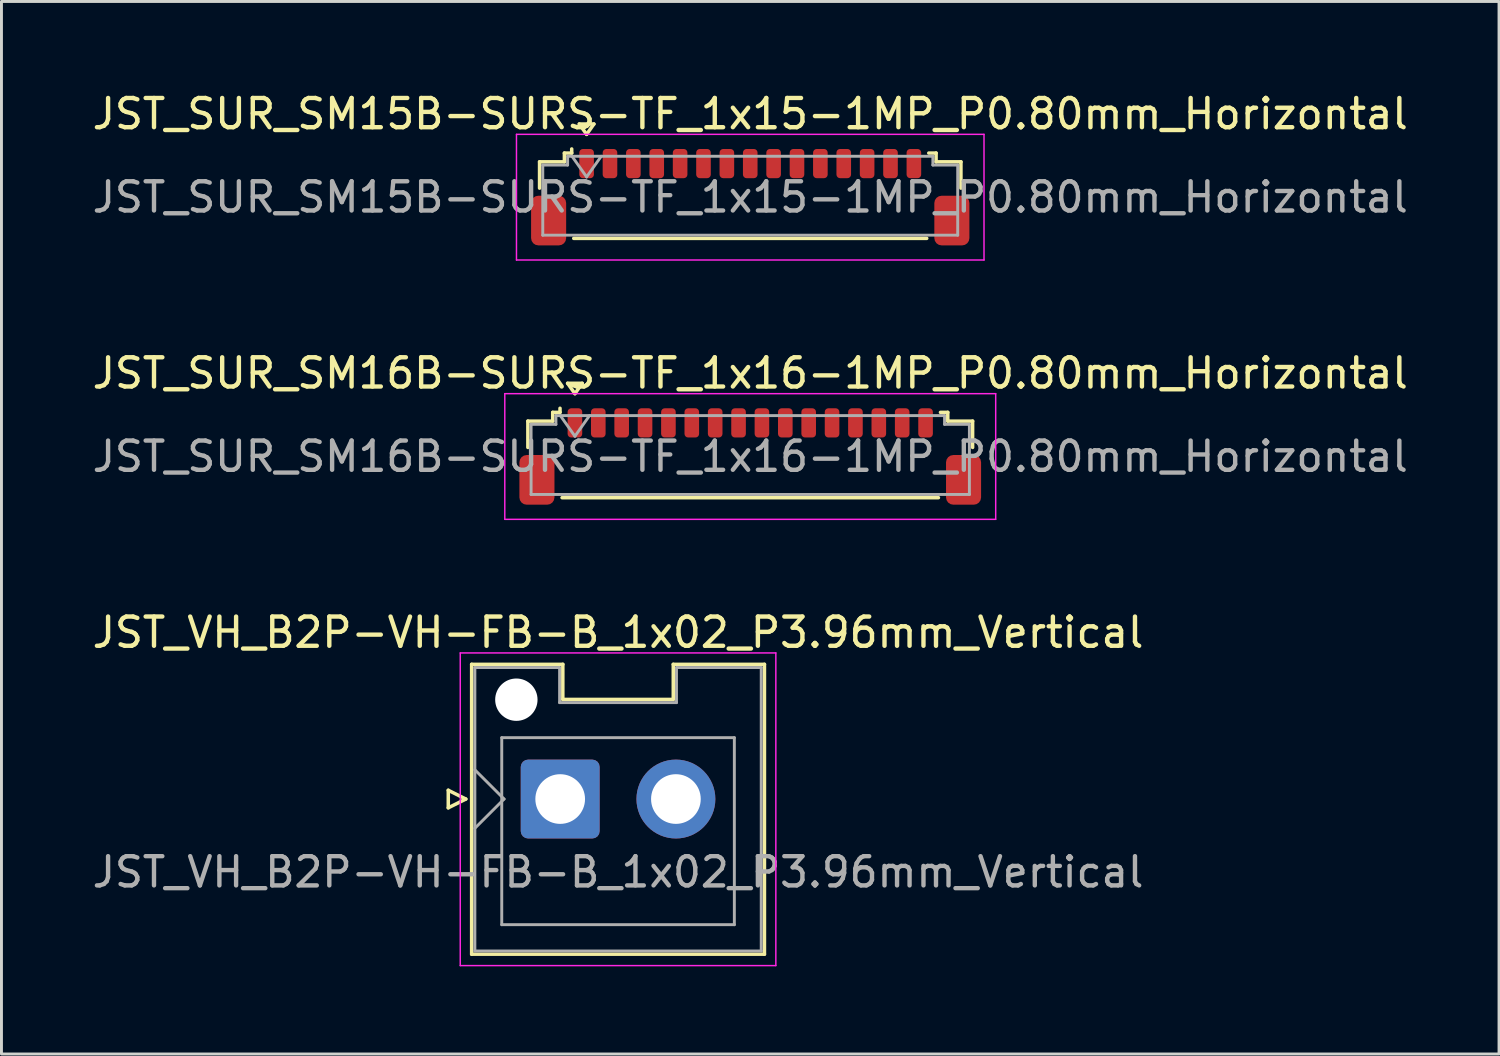
<source format=kicad_pcb>
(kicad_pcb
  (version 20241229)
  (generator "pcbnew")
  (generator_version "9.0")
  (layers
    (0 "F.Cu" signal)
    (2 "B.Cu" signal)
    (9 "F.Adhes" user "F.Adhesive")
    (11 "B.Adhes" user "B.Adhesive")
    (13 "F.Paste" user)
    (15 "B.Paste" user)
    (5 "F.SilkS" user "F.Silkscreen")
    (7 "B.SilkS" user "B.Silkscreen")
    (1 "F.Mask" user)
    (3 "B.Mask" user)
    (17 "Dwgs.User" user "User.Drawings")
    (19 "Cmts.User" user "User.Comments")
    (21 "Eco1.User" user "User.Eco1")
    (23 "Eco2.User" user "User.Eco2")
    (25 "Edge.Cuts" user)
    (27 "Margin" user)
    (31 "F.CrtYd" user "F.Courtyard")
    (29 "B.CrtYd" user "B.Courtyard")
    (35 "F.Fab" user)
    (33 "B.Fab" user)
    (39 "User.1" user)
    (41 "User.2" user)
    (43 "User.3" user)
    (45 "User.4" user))
  (footprint "JST_VH_B2P-VH-FB-B_1x02_P3.96mm_Vertical"
    (layer "F.Cu")
    (at 16.121 24.295)
    (property "Reference" "JST_VH_B2P-VH-FB-B_1x02_P3.96mm_Vertical" (at 1.98 -5.7 0) (layer "F.SilkS") (effects (font (size 1 1) (thickness 0.15))))
    (attr through_hole)
    (fp_line (start -3.83 -0.3) (end -3.23 0) (stroke (width 0.12) (type solid)) (layer "F.SilkS"))
    (fp_line (start -3.83 0.3) (end -3.83 -0.3) (stroke (width 0.12) (type solid)) (layer "F.SilkS"))
    (fp_line (start -3.23 0) (end -3.83 0.3) (stroke (width 0.12) (type solid)) (layer "F.SilkS"))
    (fp_line (start -3.03 -4.61) (end 0.09 -4.61) (stroke (width 0.12) (type solid)) (layer "F.SilkS"))
    (fp_line (start -3.03 5.31) (end -3.03 -4.61) (stroke (width 0.12) (type solid)) (layer "F.SilkS"))
    (fp_line (start 0.09 -4.61) (end 0.09 -3.41) (stroke (width 0.12) (type solid)) (layer "F.SilkS"))
    (fp_line (start 0.09 -3.41) (end 3.87 -3.41) (stroke (width 0.12) (type solid)) (layer "F.SilkS"))
    (fp_line (start 3.87 -4.61) (end 6.99 -4.61) (stroke (width 0.12) (type solid)) (layer "F.SilkS"))
    (fp_line (start 3.87 -3.41) (end 3.87 -4.61) (stroke (width 0.12) (type solid)) (layer "F.SilkS"))
    (fp_line (start 6.99 -4.61) (end 6.99 5.31) (stroke (width 0.12) (type solid)) (layer "F.SilkS"))
    (fp_line (start 6.99 5.31) (end -3.03 5.31) (stroke (width 0.12) (type solid)) (layer "F.SilkS"))
    (fp_line (start -3.42 -5) (end -3.42 5.7) (stroke (width 0.05) (type solid)) (layer "F.CrtYd"))
    (fp_line (start -3.42 5.7) (end 7.38 5.7) (stroke (width 0.05) (type solid)) (layer "F.CrtYd"))
    (fp_line (start 7.38 -5) (end -3.42 -5) (stroke (width 0.05) (type solid)) (layer "F.CrtYd"))
    (fp_line (start 7.38 5.7) (end 7.38 -5) (stroke (width 0.05) (type solid)) (layer "F.CrtYd"))
    (fp_line (start -2.92 -4.5) (end -0.02 -4.5) (stroke (width 0.1) (type solid)) (layer "F.Fab"))
    (fp_line (start -2.92 -1) (end -1.92 0) (stroke (width 0.1) (type solid)) (layer "F.Fab"))
    (fp_line (start -2.92 1) (end -1.92 0) (stroke (width 0.1) (type solid)) (layer "F.Fab"))
    (fp_line (start -2.92 5.2) (end -2.92 -4.5) (stroke (width 0.1) (type solid)) (layer "F.Fab"))
    (fp_line (start -2 -2.1) (end 5.96 -2.1) (stroke (width 0.1) (type solid)) (layer "F.Fab"))
    (fp_line (start -2 4.3) (end -2 -2.1) (stroke (width 0.1) (type solid)) (layer "F.Fab"))
    (fp_line (start -0.02 -4.5) (end -0.02 -3.3) (stroke (width 0.1) (type solid)) (layer "F.Fab"))
    (fp_line (start -0.02 -3.3) (end 3.98 -3.3) (stroke (width 0.1) (type solid)) (layer "F.Fab"))
    (fp_line (start 3.98 -4.5) (end 6.88 -4.5) (stroke (width 0.1) (type solid)) (layer "F.Fab"))
    (fp_line (start 3.98 -3.3) (end 3.98 -4.5) (stroke (width 0.1) (type solid)) (layer "F.Fab"))
    (fp_line (start 5.96 -2.1) (end 5.96 4.3) (stroke (width 0.1) (type solid)) (layer "F.Fab"))
    (fp_line (start 5.96 4.3) (end -2 4.3) (stroke (width 0.1) (type solid)) (layer "F.Fab"))
    (fp_line (start 6.88 -4.5) (end 6.88 5.2) (stroke (width 0.1) (type solid)) (layer "F.Fab"))
    (fp_line (start 6.88 5.2) (end -2.92 5.2) (stroke (width 0.1) (type solid)) (layer "F.Fab"))
    (fp_text user "${REFERENCE}" (at 1.98 2.5 0) (layer "F.Fab") (effects (font (size 1 1) (thickness 0.15))))
    (pad "" np_thru_hole circle (at -1.5 -3.4) (size 1.45 1.45) (drill 1.45) (layers "*.Cu" "*.Mask"))
    (pad "1" thru_hole roundrect (at 0 0) (size 2.7 2.7) (drill 1.7) (layers "*.Cu" "*.Mask") (roundrect_rratio 0.093))
    (pad "2" thru_hole circle (at 3.96 0) (size 2.7 2.7) (drill 1.7) (layers "*.Cu" "*.Mask")))
  (footprint "JST_SUR_SM15B-SURS-TF_1x15-1MP_P0.80mm_Horizontal"
    (layer "F.Cu")
    (at 22.625 3.698)
    (property "Reference" "JST_SUR_SM15B-SURS-TF_1x15-1MP_P0.80mm_Horizontal" (at 0 -2.85 0) (layer "F.SilkS") (effects (font (size 1 1) (thickness 0.15))))
    (attr smd)
    (fp_line (start -7.21 -1.21) (end -6.36 -1.21) (stroke (width 0.12) (type solid)) (layer "F.SilkS"))
    (fp_line (start -7.21 -0.31) (end -7.21 -1.21) (stroke (width 0.12) (type solid)) (layer "F.SilkS"))
    (fp_line (start -6.36 -1.51) (end -6.11 -1.51) (stroke (width 0.12) (type solid)) (layer "F.SilkS"))
    (fp_line (start -6.36 -1.21) (end -6.36 -1.51) (stroke (width 0.12) (type solid)) (layer "F.SilkS"))
    (fp_line (start -6.11 -1.51) (end -6.11 -1.65) (stroke (width 0.12) (type solid)) (layer "F.SilkS"))
    (fp_line (start -6.04 1.41) (end 6.04 1.41) (stroke (width 0.12) (type solid)) (layer "F.SilkS"))
    (fp_line (start -5.85 -2.504) (end -5.6 -2.15) (stroke (width 0.12) (type solid)) (layer "F.SilkS"))
    (fp_line (start -5.6 -2.15) (end -5.35 -2.504) (stroke (width 0.12) (type solid)) (layer "F.SilkS"))
    (fp_line (start -5.35 -2.504) (end -5.85 -2.504) (stroke (width 0.12) (type solid)) (layer "F.SilkS"))
    (fp_line (start 6.36 -1.51) (end 6.11 -1.51) (stroke (width 0.12) (type solid)) (layer "F.SilkS"))
    (fp_line (start 6.36 -1.21) (end 6.36 -1.51) (stroke (width 0.12) (type solid)) (layer "F.SilkS"))
    (fp_line (start 7.21 -1.21) (end 6.36 -1.21) (stroke (width 0.12) (type solid)) (layer "F.SilkS"))
    (fp_line (start 7.21 -0.31) (end 7.21 -1.21) (stroke (width 0.12) (type solid)) (layer "F.SilkS"))
    (fp_line (start -8 -2.15) (end -8 2.15) (stroke (width 0.05) (type solid)) (layer "F.CrtYd"))
    (fp_line (start -8 2.15) (end 8 2.15) (stroke (width 0.05) (type solid)) (layer "F.CrtYd"))
    (fp_line (start 8 -2.15) (end -8 -2.15) (stroke (width 0.05) (type solid)) (layer "F.CrtYd"))
    (fp_line (start 8 2.15) (end 8 -2.15) (stroke (width 0.05) (type solid)) (layer "F.CrtYd"))
    (fp_line (start -7.1 -1.1) (end -7.1 1.3) (stroke (width 0.1) (type solid)) (layer "F.Fab"))
    (fp_line (start -7.1 -1.1) (end -6.25 -1.1) (stroke (width 0.1) (type solid)) (layer "F.Fab"))
    (fp_line (start -7.1 1.3) (end 7.1 1.3) (stroke (width 0.1) (type solid)) (layer "F.Fab"))
    (fp_line (start -6.25 -1.4) (end 6.25 -1.4) (stroke (width 0.1) (type solid)) (layer "F.Fab"))
    (fp_line (start -6.25 -1.1) (end -6.25 -1.4) (stroke (width 0.1) (type solid)) (layer "F.Fab"))
    (fp_line (start -6.1 -1.4) (end -5.6 -0.693) (stroke (width 0.1) (type solid)) (layer "F.Fab"))
    (fp_line (start -5.6 -0.693) (end -5.1 -1.4) (stroke (width 0.1) (type solid)) (layer "F.Fab"))
    (fp_line (start 6.25 -1.4) (end 6.25 -1.1) (stroke (width 0.1) (type solid)) (layer "F.Fab"))
    (fp_line (start 6.25 -1.1) (end 7.1 -1.1) (stroke (width 0.1) (type solid)) (layer "F.Fab"))
    (fp_line (start 7.1 -1.1) (end 7.1 1.3) (stroke (width 0.1) (type solid)) (layer "F.Fab"))
    (fp_text user "${REFERENCE}" (at 0 0 0) (layer "F.Fab") (effects (font (size 1 1) (thickness 0.15))))
    (pad "1" smd roundrect (at -5.6 -1.15) (size 0.5 1) (layers "F.Cu" "F.Mask" "F.Paste") (roundrect_rratio 0.25))
    (pad "2" smd roundrect (at -4.8 -1.15) (size 0.5 1) (layers "F.Cu" "F.Mask" "F.Paste") (roundrect_rratio 0.25))
    (pad "3" smd roundrect (at -4 -1.15) (size 0.5 1) (layers "F.Cu" "F.Mask" "F.Paste") (roundrect_rratio 0.25))
    (pad "4" smd roundrect (at -3.2 -1.15) (size 0.5 1) (layers "F.Cu" "F.Mask" "F.Paste") (roundrect_rratio 0.25))
    (pad "5" smd roundrect (at -2.4 -1.15) (size 0.5 1) (layers "F.Cu" "F.Mask" "F.Paste") (roundrect_rratio 0.25))
    (pad "6" smd roundrect (at -1.6 -1.15) (size 0.5 1) (layers "F.Cu" "F.Mask" "F.Paste") (roundrect_rratio 0.25))
    (pad "7" smd roundrect (at -0.8 -1.15) (size 0.5 1) (layers "F.Cu" "F.Mask" "F.Paste") (roundrect_rratio 0.25))
    (pad "8" smd roundrect (at 0 -1.15) (size 0.5 1) (layers "F.Cu" "F.Mask" "F.Paste") (roundrect_rratio 0.25))
    (pad "9" smd roundrect (at 0.8 -1.15) (size 0.5 1) (layers "F.Cu" "F.Mask" "F.Paste") (roundrect_rratio 0.25))
    (pad "10" smd roundrect (at 1.6 -1.15) (size 0.5 1) (layers "F.Cu" "F.Mask" "F.Paste") (roundrect_rratio 0.25))
    (pad "11" smd roundrect (at 2.4 -1.15) (size 0.5 1) (layers "F.Cu" "F.Mask" "F.Paste") (roundrect_rratio 0.25))
    (pad "12" smd roundrect (at 3.2 -1.15) (size 0.5 1) (layers "F.Cu" "F.Mask" "F.Paste") (roundrect_rratio 0.25))
    (pad "13" smd roundrect (at 4 -1.15) (size 0.5 1) (layers "F.Cu" "F.Mask" "F.Paste") (roundrect_rratio 0.25))
    (pad "14" smd roundrect (at 4.8 -1.15) (size 0.5 1) (layers "F.Cu" "F.Mask" "F.Paste") (roundrect_rratio 0.25))
    (pad "15" smd roundrect (at 5.6 -1.15) (size 0.5 1) (layers "F.Cu" "F.Mask" "F.Paste") (roundrect_rratio 0.25))
    (pad "MP" smd roundrect (at -6.9 0.8) (size 1.2 1.7) (layers "F.Cu" "F.Mask" "F.Paste") (roundrect_rratio 0.208))
    (pad "MP" smd roundrect (at 6.9 0.8) (size 1.2 1.7) (layers "F.Cu" "F.Mask" "F.Paste") (roundrect_rratio 0.208)))
  (footprint "JST_SUR_SM16B-SURS-TF_1x16-1MP_P0.80mm_Horizontal"
    (layer "F.Cu")
    (at 22.625 12.572)
    (property "Reference" "JST_SUR_SM16B-SURS-TF_1x16-1MP_P0.80mm_Horizontal" (at 0 -2.85 0) (layer "F.SilkS") (effects (font (size 1 1) (thickness 0.15))))
    (attr smd)
    (fp_line (start -7.61 -1.21) (end -6.76 -1.21) (stroke (width 0.12) (type solid)) (layer "F.SilkS"))
    (fp_line (start -7.61 -0.31) (end -7.61 -1.21) (stroke (width 0.12) (type solid)) (layer "F.SilkS"))
    (fp_line (start -6.76 -1.51) (end -6.51 -1.51) (stroke (width 0.12) (type solid)) (layer "F.SilkS"))
    (fp_line (start -6.76 -1.21) (end -6.76 -1.51) (stroke (width 0.12) (type solid)) (layer "F.SilkS"))
    (fp_line (start -6.51 -1.51) (end -6.51 -1.65) (stroke (width 0.12) (type solid)) (layer "F.SilkS"))
    (fp_line (start -6.44 1.41) (end 6.44 1.41) (stroke (width 0.12) (type solid)) (layer "F.SilkS"))
    (fp_line (start -6.25 -2.504) (end -6 -2.15) (stroke (width 0.12) (type solid)) (layer "F.SilkS"))
    (fp_line (start -6 -2.15) (end -5.75 -2.504) (stroke (width 0.12) (type solid)) (layer "F.SilkS"))
    (fp_line (start -5.75 -2.504) (end -6.25 -2.504) (stroke (width 0.12) (type solid)) (layer "F.SilkS"))
    (fp_line (start 6.76 -1.51) (end 6.51 -1.51) (stroke (width 0.12) (type solid)) (layer "F.SilkS"))
    (fp_line (start 6.76 -1.21) (end 6.76 -1.51) (stroke (width 0.12) (type solid)) (layer "F.SilkS"))
    (fp_line (start 7.61 -1.21) (end 6.76 -1.21) (stroke (width 0.12) (type solid)) (layer "F.SilkS"))
    (fp_line (start 7.61 -0.31) (end 7.61 -1.21) (stroke (width 0.12) (type solid)) (layer "F.SilkS"))
    (fp_line (start -8.4 -2.15) (end -8.4 2.15) (stroke (width 0.05) (type solid)) (layer "F.CrtYd"))
    (fp_line (start -8.4 2.15) (end 8.4 2.15) (stroke (width 0.05) (type solid)) (layer "F.CrtYd"))
    (fp_line (start 8.4 -2.15) (end -8.4 -2.15) (stroke (width 0.05) (type solid)) (layer "F.CrtYd"))
    (fp_line (start 8.4 2.15) (end 8.4 -2.15) (stroke (width 0.05) (type solid)) (layer "F.CrtYd"))
    (fp_line (start -7.5 -1.1) (end -7.5 1.3) (stroke (width 0.1) (type solid)) (layer "F.Fab"))
    (fp_line (start -7.5 -1.1) (end -6.65 -1.1) (stroke (width 0.1) (type solid)) (layer "F.Fab"))
    (fp_line (start -7.5 1.3) (end 7.5 1.3) (stroke (width 0.1) (type solid)) (layer "F.Fab"))
    (fp_line (start -6.65 -1.4) (end 6.65 -1.4) (stroke (width 0.1) (type solid)) (layer "F.Fab"))
    (fp_line (start -6.65 -1.1) (end -6.65 -1.4) (stroke (width 0.1) (type solid)) (layer "F.Fab"))
    (fp_line (start -6.5 -1.4) (end -6 -0.693) (stroke (width 0.1) (type solid)) (layer "F.Fab"))
    (fp_line (start -6 -0.693) (end -5.5 -1.4) (stroke (width 0.1) (type solid)) (layer "F.Fab"))
    (fp_line (start 6.65 -1.4) (end 6.65 -1.1) (stroke (width 0.1) (type solid)) (layer "F.Fab"))
    (fp_line (start 6.65 -1.1) (end 7.5 -1.1) (stroke (width 0.1) (type solid)) (layer "F.Fab"))
    (fp_line (start 7.5 -1.1) (end 7.5 1.3) (stroke (width 0.1) (type solid)) (layer "F.Fab"))
    (fp_text user "${REFERENCE}" (at 0 0 0) (layer "F.Fab") (effects (font (size 1 1) (thickness 0.15))))
    (pad "1" smd roundrect (at -6 -1.15) (size 0.5 1) (layers "F.Cu" "F.Mask" "F.Paste") (roundrect_rratio 0.25))
    (pad "2" smd roundrect (at -5.2 -1.15) (size 0.5 1) (layers "F.Cu" "F.Mask" "F.Paste") (roundrect_rratio 0.25))
    (pad "3" smd roundrect (at -4.4 -1.15) (size 0.5 1) (layers "F.Cu" "F.Mask" "F.Paste") (roundrect_rratio 0.25))
    (pad "4" smd roundrect (at -3.6 -1.15) (size 0.5 1) (layers "F.Cu" "F.Mask" "F.Paste") (roundrect_rratio 0.25))
    (pad "5" smd roundrect (at -2.8 -1.15) (size 0.5 1) (layers "F.Cu" "F.Mask" "F.Paste") (roundrect_rratio 0.25))
    (pad "6" smd roundrect (at -2 -1.15) (size 0.5 1) (layers "F.Cu" "F.Mask" "F.Paste") (roundrect_rratio 0.25))
    (pad "7" smd roundrect (at -1.2 -1.15) (size 0.5 1) (layers "F.Cu" "F.Mask" "F.Paste") (roundrect_rratio 0.25))
    (pad "8" smd roundrect (at -0.4 -1.15) (size 0.5 1) (layers "F.Cu" "F.Mask" "F.Paste") (roundrect_rratio 0.25))
    (pad "9" smd roundrect (at 0.4 -1.15) (size 0.5 1) (layers "F.Cu" "F.Mask" "F.Paste") (roundrect_rratio 0.25))
    (pad "10" smd roundrect (at 1.2 -1.15) (size 0.5 1) (layers "F.Cu" "F.Mask" "F.Paste") (roundrect_rratio 0.25))
    (pad "11" smd roundrect (at 2 -1.15) (size 0.5 1) (layers "F.Cu" "F.Mask" "F.Paste") (roundrect_rratio 0.25))
    (pad "12" smd roundrect (at 2.8 -1.15) (size 0.5 1) (layers "F.Cu" "F.Mask" "F.Paste") (roundrect_rratio 0.25))
    (pad "13" smd roundrect (at 3.6 -1.15) (size 0.5 1) (layers "F.Cu" "F.Mask" "F.Paste") (roundrect_rratio 0.25))
    (pad "14" smd roundrect (at 4.4 -1.15) (size 0.5 1) (layers "F.Cu" "F.Mask" "F.Paste") (roundrect_rratio 0.25))
    (pad "15" smd roundrect (at 5.2 -1.15) (size 0.5 1) (layers "F.Cu" "F.Mask" "F.Paste") (roundrect_rratio 0.25))
    (pad "16" smd roundrect (at 6 -1.15) (size 0.5 1) (layers "F.Cu" "F.Mask" "F.Paste") (roundrect_rratio 0.25))
    (pad "MP" smd roundrect (at -7.3 0.8) (size 1.2 1.7) (layers "F.Cu" "F.Mask" "F.Paste") (roundrect_rratio 0.208))
    (pad "MP" smd roundrect (at 7.3 0.8) (size 1.2 1.7) (layers "F.Cu" "F.Mask" "F.Paste") (roundrect_rratio 0.208)))
  (gr_rect
    (start -3 -3)
    (end 48.25 33.02)
    (stroke (width 0.1) (type default))
    (fill no)
    (layer "Edge.Cuts")))
</source>
